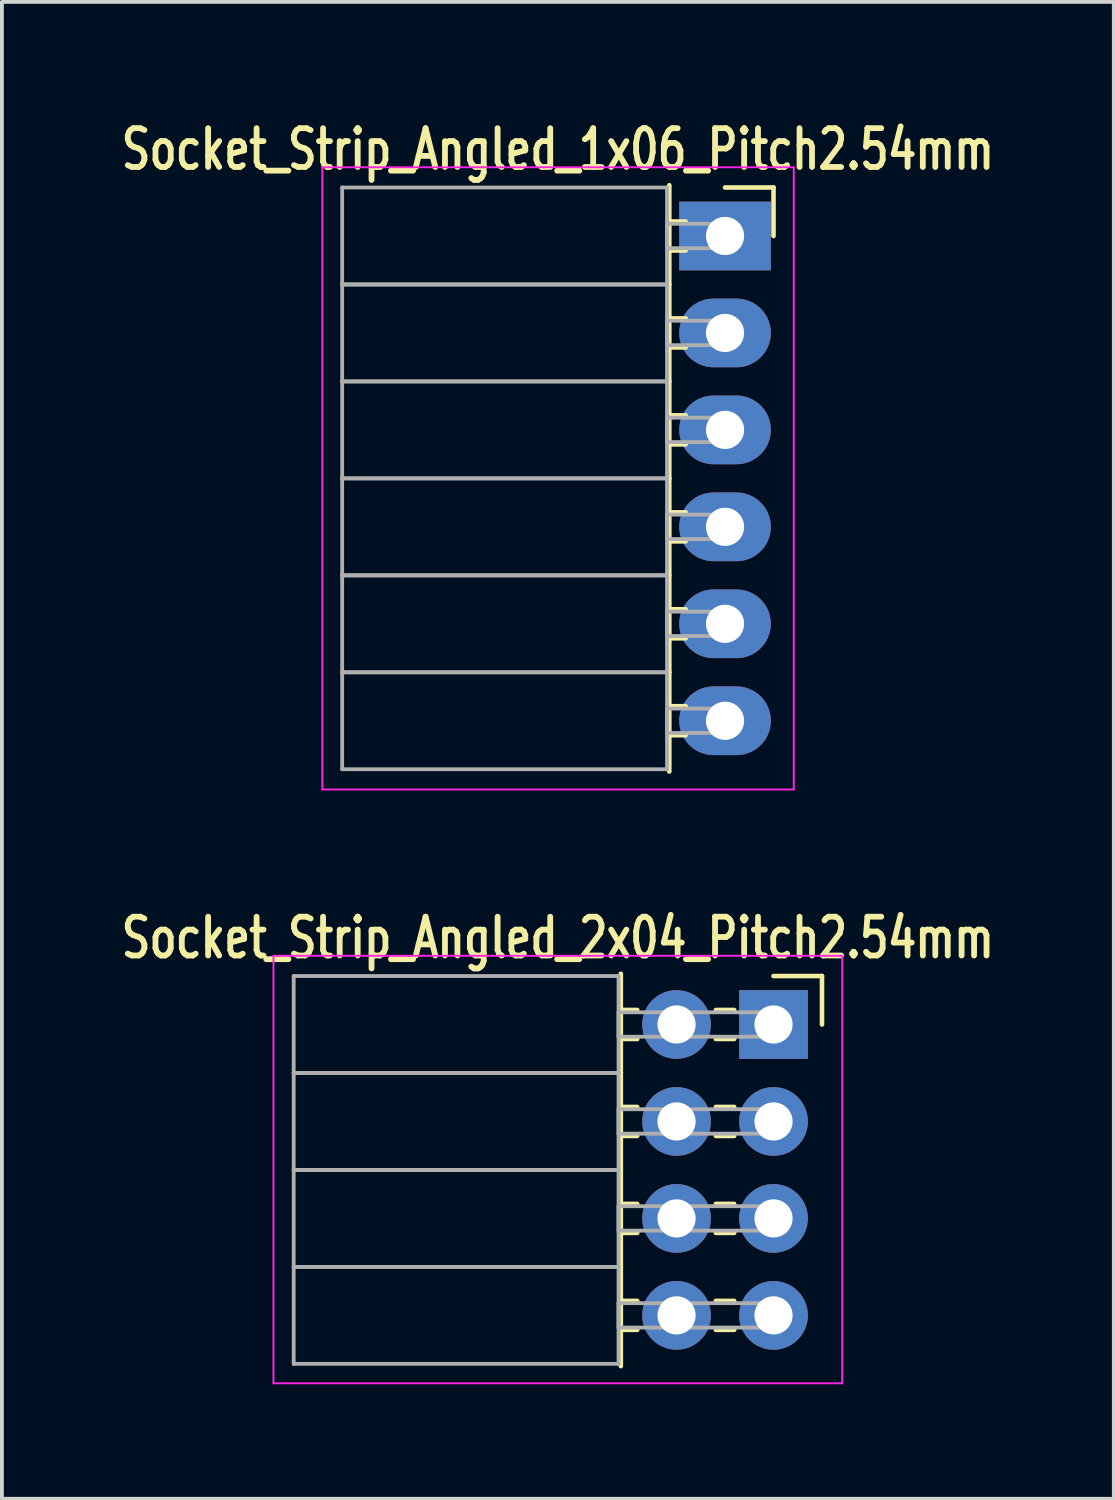
<source format=kicad_pcb>
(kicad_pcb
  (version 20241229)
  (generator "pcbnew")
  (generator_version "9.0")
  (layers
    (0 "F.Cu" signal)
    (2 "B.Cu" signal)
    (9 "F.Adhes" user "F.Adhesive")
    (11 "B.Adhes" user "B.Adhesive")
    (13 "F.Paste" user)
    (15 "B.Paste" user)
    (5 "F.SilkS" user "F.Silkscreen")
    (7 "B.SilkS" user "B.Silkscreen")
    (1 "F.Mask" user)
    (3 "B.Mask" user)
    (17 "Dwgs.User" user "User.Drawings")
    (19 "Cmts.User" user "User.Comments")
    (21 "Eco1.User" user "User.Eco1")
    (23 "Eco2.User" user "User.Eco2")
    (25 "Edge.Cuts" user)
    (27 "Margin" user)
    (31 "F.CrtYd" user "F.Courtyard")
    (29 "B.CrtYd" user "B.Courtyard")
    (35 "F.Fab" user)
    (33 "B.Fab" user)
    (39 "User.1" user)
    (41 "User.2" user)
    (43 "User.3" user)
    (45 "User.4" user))
  (footprint "Socket_Strip_Angled_1x06_Pitch2.54mm"
    (layer "F.Cu")
    (at 15.944 3.132)
    (property "Reference" "Socket_Strip_Angled_1x06_Pitch2.54mm" (at -4.38 -2.27 0) (layer "F.SilkS") (effects (font (size 1.016 0.762) (thickness 0.152))))
    (attr through_hole)
    (fp_line (start -1.46 -1.33) (end -1.46 1.27) (stroke (width 0.12) (type solid)) (layer "F.SilkS"))
    (fp_line (start -1.46 1.27) (end -1.46 3.81) (stroke (width 0.12) (type solid)) (layer "F.SilkS"))
    (fp_line (start -1.46 3.81) (end -1.46 6.35) (stroke (width 0.12) (type solid)) (layer "F.SilkS"))
    (fp_line (start -1.46 6.35) (end -1.46 8.89) (stroke (width 0.12) (type solid)) (layer "F.SilkS"))
    (fp_line (start -1.46 8.89) (end -1.46 11.43) (stroke (width 0.12) (type solid)) (layer "F.SilkS"))
    (fp_line (start -1.46 11.43) (end -1.46 14.03) (stroke (width 0.12) (type solid)) (layer "F.SilkS"))
    (fp_line (start -1.03 -0.38) (end -1.46 -0.38) (stroke (width 0.12) (type solid)) (layer "F.SilkS"))
    (fp_line (start -1.03 0.38) (end -1.46 0.38) (stroke (width 0.12) (type solid)) (layer "F.SilkS"))
    (fp_line (start -1.03 2.16) (end -1.46 2.16) (stroke (width 0.12) (type solid)) (layer "F.SilkS"))
    (fp_line (start -1.03 2.92) (end -1.46 2.92) (stroke (width 0.12) (type solid)) (layer "F.SilkS"))
    (fp_line (start -1.03 4.7) (end -1.46 4.7) (stroke (width 0.12) (type solid)) (layer "F.SilkS"))
    (fp_line (start -1.03 5.46) (end -1.46 5.46) (stroke (width 0.12) (type solid)) (layer "F.SilkS"))
    (fp_line (start -1.03 7.24) (end -1.46 7.24) (stroke (width 0.12) (type solid)) (layer "F.SilkS"))
    (fp_line (start -1.03 8) (end -1.46 8) (stroke (width 0.12) (type solid)) (layer "F.SilkS"))
    (fp_line (start -1.03 9.78) (end -1.46 9.78) (stroke (width 0.12) (type solid)) (layer "F.SilkS"))
    (fp_line (start -1.03 10.54) (end -1.46 10.54) (stroke (width 0.12) (type solid)) (layer "F.SilkS"))
    (fp_line (start -1.03 12.32) (end -1.46 12.32) (stroke (width 0.12) (type solid)) (layer "F.SilkS"))
    (fp_line (start -1.03 13.08) (end -1.46 13.08) (stroke (width 0.12) (type solid)) (layer "F.SilkS"))
    (fp_line (start 0 -1.27) (end 1.27 -1.27) (stroke (width 0.12) (type solid)) (layer "F.SilkS"))
    (fp_line (start 1.27 -1.27) (end 1.27 0) (stroke (width 0.12) (type solid)) (layer "F.SilkS"))
    (fp_line (start -10.55 -1.8) (end 1.8 -1.8) (stroke (width 0.05) (type solid)) (layer "F.CrtYd"))
    (fp_line (start -10.55 14.5) (end -10.55 -1.8) (stroke (width 0.05) (type solid)) (layer "F.CrtYd"))
    (fp_line (start 1.8 -1.8) (end 1.8 14.5) (stroke (width 0.05) (type solid)) (layer "F.CrtYd"))
    (fp_line (start 1.8 14.5) (end -10.55 14.5) (stroke (width 0.05) (type solid)) (layer "F.CrtYd"))
    (fp_line (start -10.03 -1.27) (end -1.52 -1.27) (stroke (width 0.1) (type solid)) (layer "F.Fab"))
    (fp_line (start -10.03 1.27) (end -10.03 -1.27) (stroke (width 0.1) (type solid)) (layer "F.Fab"))
    (fp_line (start -10.03 1.27) (end -1.52 1.27) (stroke (width 0.1) (type solid)) (layer "F.Fab"))
    (fp_line (start -10.03 3.81) (end -10.03 1.27) (stroke (width 0.1) (type solid)) (layer "F.Fab"))
    (fp_line (start -10.03 3.81) (end -1.52 3.81) (stroke (width 0.1) (type solid)) (layer "F.Fab"))
    (fp_line (start -10.03 6.35) (end -10.03 3.81) (stroke (width 0.1) (type solid)) (layer "F.Fab"))
    (fp_line (start -10.03 6.35) (end -1.52 6.35) (stroke (width 0.1) (type solid)) (layer "F.Fab"))
    (fp_line (start -10.03 8.89) (end -10.03 6.35) (stroke (width 0.1) (type solid)) (layer "F.Fab"))
    (fp_line (start -10.03 8.89) (end -1.52 8.89) (stroke (width 0.1) (type solid)) (layer "F.Fab"))
    (fp_line (start -10.03 11.43) (end -10.03 8.89) (stroke (width 0.1) (type solid)) (layer "F.Fab"))
    (fp_line (start -10.03 11.43) (end -1.52 11.43) (stroke (width 0.1) (type solid)) (layer "F.Fab"))
    (fp_line (start -10.03 13.97) (end -10.03 11.43) (stroke (width 0.1) (type solid)) (layer "F.Fab"))
    (fp_line (start -1.52 -1.27) (end -1.52 1.27) (stroke (width 0.1) (type solid)) (layer "F.Fab"))
    (fp_line (start -1.52 -0.32) (end 0 -0.32) (stroke (width 0.1) (type solid)) (layer "F.Fab"))
    (fp_line (start -1.52 0.32) (end -1.52 -0.32) (stroke (width 0.1) (type solid)) (layer "F.Fab"))
    (fp_line (start -1.52 1.27) (end -10.03 1.27) (stroke (width 0.1) (type solid)) (layer "F.Fab"))
    (fp_line (start -1.52 1.27) (end -1.52 3.81) (stroke (width 0.1) (type solid)) (layer "F.Fab"))
    (fp_line (start -1.52 2.22) (end 0 2.22) (stroke (width 0.1) (type solid)) (layer "F.Fab"))
    (fp_line (start -1.52 2.86) (end -1.52 2.22) (stroke (width 0.1) (type solid)) (layer "F.Fab"))
    (fp_line (start -1.52 3.81) (end -10.03 3.81) (stroke (width 0.1) (type solid)) (layer "F.Fab"))
    (fp_line (start -1.52 3.81) (end -1.52 6.35) (stroke (width 0.1) (type solid)) (layer "F.Fab"))
    (fp_line (start -1.52 4.76) (end 0 4.76) (stroke (width 0.1) (type solid)) (layer "F.Fab"))
    (fp_line (start -1.52 5.4) (end -1.52 4.76) (stroke (width 0.1) (type solid)) (layer "F.Fab"))
    (fp_line (start -1.52 6.35) (end -10.03 6.35) (stroke (width 0.1) (type solid)) (layer "F.Fab"))
    (fp_line (start -1.52 6.35) (end -1.52 8.89) (stroke (width 0.1) (type solid)) (layer "F.Fab"))
    (fp_line (start -1.52 7.3) (end 0 7.3) (stroke (width 0.1) (type solid)) (layer "F.Fab"))
    (fp_line (start -1.52 7.94) (end -1.52 7.3) (stroke (width 0.1) (type solid)) (layer "F.Fab"))
    (fp_line (start -1.52 8.89) (end -10.03 8.89) (stroke (width 0.1) (type solid)) (layer "F.Fab"))
    (fp_line (start -1.52 8.89) (end -1.52 11.43) (stroke (width 0.1) (type solid)) (layer "F.Fab"))
    (fp_line (start -1.52 9.84) (end 0 9.84) (stroke (width 0.1) (type solid)) (layer "F.Fab"))
    (fp_line (start -1.52 10.48) (end -1.52 9.84) (stroke (width 0.1) (type solid)) (layer "F.Fab"))
    (fp_line (start -1.52 11.43) (end -10.03 11.43) (stroke (width 0.1) (type solid)) (layer "F.Fab"))
    (fp_line (start -1.52 11.43) (end -1.52 13.97) (stroke (width 0.1) (type solid)) (layer "F.Fab"))
    (fp_line (start -1.52 12.38) (end 0 12.38) (stroke (width 0.1) (type solid)) (layer "F.Fab"))
    (fp_line (start -1.52 13.02) (end -1.52 12.38) (stroke (width 0.1) (type solid)) (layer "F.Fab"))
    (fp_line (start -1.52 13.97) (end -10.03 13.97) (stroke (width 0.1) (type solid)) (layer "F.Fab"))
    (fp_line (start 0 -0.32) (end 0 0.32) (stroke (width 0.1) (type solid)) (layer "F.Fab"))
    (fp_line (start 0 0.32) (end -1.52 0.32) (stroke (width 0.1) (type solid)) (layer "F.Fab"))
    (fp_line (start 0 2.22) (end 0 2.86) (stroke (width 0.1) (type solid)) (layer "F.Fab"))
    (fp_line (start 0 2.86) (end -1.52 2.86) (stroke (width 0.1) (type solid)) (layer "F.Fab"))
    (fp_line (start 0 4.76) (end 0 5.4) (stroke (width 0.1) (type solid)) (layer "F.Fab"))
    (fp_line (start 0 5.4) (end -1.52 5.4) (stroke (width 0.1) (type solid)) (layer "F.Fab"))
    (fp_line (start 0 7.3) (end 0 7.94) (stroke (width 0.1) (type solid)) (layer "F.Fab"))
    (fp_line (start 0 7.94) (end -1.52 7.94) (stroke (width 0.1) (type solid)) (layer "F.Fab"))
    (fp_line (start 0 9.84) (end 0 10.48) (stroke (width 0.1) (type solid)) (layer "F.Fab"))
    (fp_line (start 0 10.48) (end -1.52 10.48) (stroke (width 0.1) (type solid)) (layer "F.Fab"))
    (fp_line (start 0 12.38) (end 0 13.02) (stroke (width 0.1) (type solid)) (layer "F.Fab"))
    (fp_line (start 0 13.02) (end -1.52 13.02) (stroke (width 0.1) (type solid)) (layer "F.Fab"))
    (pad "1" thru_hole rect (at 0 0) (size 2.4 1.8) (drill 1) (layers "*.Cu" "*.Mask"))
    (pad "2" thru_hole oval (at 0 2.54) (size 2.4 1.8) (drill 1) (layers "*.Cu" "*.Mask"))
    (pad "3" thru_hole oval (at 0 5.08) (size 2.4 1.8) (drill 1) (layers "*.Cu" "*.Mask"))
    (pad "4" thru_hole oval (at 0 7.62) (size 2.4 1.8) (drill 1) (layers "*.Cu" "*.Mask"))
    (pad "5" thru_hole oval (at 0 10.16) (size 2.4 1.8) (drill 1) (layers "*.Cu" "*.Mask"))
    (pad "6" thru_hole oval (at 0 12.7) (size 2.4 1.8) (drill 1) (layers "*.Cu" "*.Mask")))
  (footprint "Socket_Strip_Angled_2x04_Pitch2.54mm"
    (layer "F.Cu")
    (at 17.214 23.789)
    (property "Reference" "Socket_Strip_Angled_2x04_Pitch2.54mm" (at -5.65 -2.27 0) (layer "F.SilkS") (effects (font (size 1.016 0.762) (thickness 0.152))))
    (attr through_hole)
    (fp_line (start -4 -1.33) (end -4 1.27) (stroke (width 0.12) (type solid)) (layer "F.SilkS"))
    (fp_line (start -4 1.27) (end -4 3.81) (stroke (width 0.12) (type solid)) (layer "F.SilkS"))
    (fp_line (start -4 3.81) (end -4 6.35) (stroke (width 0.12) (type solid)) (layer "F.SilkS"))
    (fp_line (start -4 6.35) (end -4 8.95) (stroke (width 0.12) (type solid)) (layer "F.SilkS"))
    (fp_line (start -3.57 -0.38) (end -4 -0.38) (stroke (width 0.12) (type solid)) (layer "F.SilkS"))
    (fp_line (start -3.57 0.38) (end -4 0.38) (stroke (width 0.12) (type solid)) (layer "F.SilkS"))
    (fp_line (start -3.57 2.16) (end -4 2.16) (stroke (width 0.12) (type solid)) (layer "F.SilkS"))
    (fp_line (start -3.57 2.92) (end -4 2.92) (stroke (width 0.12) (type solid)) (layer "F.SilkS"))
    (fp_line (start -3.57 4.7) (end -4 4.7) (stroke (width 0.12) (type solid)) (layer "F.SilkS"))
    (fp_line (start -3.57 5.46) (end -4 5.46) (stroke (width 0.12) (type solid)) (layer "F.SilkS"))
    (fp_line (start -3.57 7.24) (end -4 7.24) (stroke (width 0.12) (type solid)) (layer "F.SilkS"))
    (fp_line (start -3.57 8) (end -4 8) (stroke (width 0.12) (type solid)) (layer "F.SilkS"))
    (fp_line (start -1.03 -0.38) (end -1.51 -0.38) (stroke (width 0.12) (type solid)) (layer "F.SilkS"))
    (fp_line (start -1.03 0.38) (end -1.51 0.38) (stroke (width 0.12) (type solid)) (layer "F.SilkS"))
    (fp_line (start -1.03 2.16) (end -1.51 2.16) (stroke (width 0.12) (type solid)) (layer "F.SilkS"))
    (fp_line (start -1.03 2.92) (end -1.51 2.92) (stroke (width 0.12) (type solid)) (layer "F.SilkS"))
    (fp_line (start -1.03 4.7) (end -1.51 4.7) (stroke (width 0.12) (type solid)) (layer "F.SilkS"))
    (fp_line (start -1.03 5.46) (end -1.51 5.46) (stroke (width 0.12) (type solid)) (layer "F.SilkS"))
    (fp_line (start -1.03 7.24) (end -1.51 7.24) (stroke (width 0.12) (type solid)) (layer "F.SilkS"))
    (fp_line (start -1.03 8) (end -1.51 8) (stroke (width 0.12) (type solid)) (layer "F.SilkS"))
    (fp_line (start 0 -1.27) (end 1.27 -1.27) (stroke (width 0.12) (type solid)) (layer "F.SilkS"))
    (fp_line (start 1.27 -1.27) (end 1.27 0) (stroke (width 0.12) (type solid)) (layer "F.SilkS"))
    (fp_line (start -13.1 -1.8) (end 1.8 -1.8) (stroke (width 0.05) (type solid)) (layer "F.CrtYd"))
    (fp_line (start -13.1 9.4) (end -13.1 -1.8) (stroke (width 0.05) (type solid)) (layer "F.CrtYd"))
    (fp_line (start 1.8 -1.8) (end 1.8 9.4) (stroke (width 0.05) (type solid)) (layer "F.CrtYd"))
    (fp_line (start 1.8 9.4) (end -13.1 9.4) (stroke (width 0.05) (type solid)) (layer "F.CrtYd"))
    (fp_line (start -12.57 -1.27) (end -4.06 -1.27) (stroke (width 0.1) (type solid)) (layer "F.Fab"))
    (fp_line (start -12.57 1.27) (end -12.57 -1.27) (stroke (width 0.1) (type solid)) (layer "F.Fab"))
    (fp_line (start -12.57 1.27) (end -4.06 1.27) (stroke (width 0.1) (type solid)) (layer "F.Fab"))
    (fp_line (start -12.57 3.81) (end -12.57 1.27) (stroke (width 0.1) (type solid)) (layer "F.Fab"))
    (fp_line (start -12.57 3.81) (end -4.06 3.81) (stroke (width 0.1) (type solid)) (layer "F.Fab"))
    (fp_line (start -12.57 6.35) (end -12.57 3.81) (stroke (width 0.1) (type solid)) (layer "F.Fab"))
    (fp_line (start -12.57 6.35) (end -4.06 6.35) (stroke (width 0.1) (type solid)) (layer "F.Fab"))
    (fp_line (start -12.57 8.89) (end -12.57 6.35) (stroke (width 0.1) (type solid)) (layer "F.Fab"))
    (fp_line (start -4.06 -1.27) (end -4.06 1.27) (stroke (width 0.1) (type solid)) (layer "F.Fab"))
    (fp_line (start -4.06 -0.32) (end 0 -0.32) (stroke (width 0.1) (type solid)) (layer "F.Fab"))
    (fp_line (start -4.06 0.32) (end -4.06 -0.32) (stroke (width 0.1) (type solid)) (layer "F.Fab"))
    (fp_line (start -4.06 1.27) (end -12.57 1.27) (stroke (width 0.1) (type solid)) (layer "F.Fab"))
    (fp_line (start -4.06 1.27) (end -4.06 3.81) (stroke (width 0.1) (type solid)) (layer "F.Fab"))
    (fp_line (start -4.06 2.22) (end 0 2.22) (stroke (width 0.1) (type solid)) (layer "F.Fab"))
    (fp_line (start -4.06 2.86) (end -4.06 2.22) (stroke (width 0.1) (type solid)) (layer "F.Fab"))
    (fp_line (start -4.06 3.81) (end -12.57 3.81) (stroke (width 0.1) (type solid)) (layer "F.Fab"))
    (fp_line (start -4.06 3.81) (end -4.06 6.35) (stroke (width 0.1) (type solid)) (layer "F.Fab"))
    (fp_line (start -4.06 4.76) (end 0 4.76) (stroke (width 0.1) (type solid)) (layer "F.Fab"))
    (fp_line (start -4.06 5.4) (end -4.06 4.76) (stroke (width 0.1) (type solid)) (layer "F.Fab"))
    (fp_line (start -4.06 6.35) (end -12.57 6.35) (stroke (width 0.1) (type solid)) (layer "F.Fab"))
    (fp_line (start -4.06 6.35) (end -4.06 8.89) (stroke (width 0.1) (type solid)) (layer "F.Fab"))
    (fp_line (start -4.06 7.3) (end 0 7.3) (stroke (width 0.1) (type solid)) (layer "F.Fab"))
    (fp_line (start -4.06 7.94) (end -4.06 7.3) (stroke (width 0.1) (type solid)) (layer "F.Fab"))
    (fp_line (start -4.06 8.89) (end -12.57 8.89) (stroke (width 0.1) (type solid)) (layer "F.Fab"))
    (fp_line (start 0 -0.32) (end 0 0.32) (stroke (width 0.1) (type solid)) (layer "F.Fab"))
    (fp_line (start 0 0.32) (end -4.06 0.32) (stroke (width 0.1) (type solid)) (layer "F.Fab"))
    (fp_line (start 0 2.22) (end 0 2.86) (stroke (width 0.1) (type solid)) (layer "F.Fab"))
    (fp_line (start 0 2.86) (end -4.06 2.86) (stroke (width 0.1) (type solid)) (layer "F.Fab"))
    (fp_line (start 0 4.76) (end 0 5.4) (stroke (width 0.1) (type solid)) (layer "F.Fab"))
    (fp_line (start 0 5.4) (end -4.06 5.4) (stroke (width 0.1) (type solid)) (layer "F.Fab"))
    (fp_line (start 0 7.3) (end 0 7.94) (stroke (width 0.1) (type solid)) (layer "F.Fab"))
    (fp_line (start 0 7.94) (end -4.06 7.94) (stroke (width 0.1) (type solid)) (layer "F.Fab"))
    (pad "1" thru_hole rect (at 0 0) (size 1.8 1.8) (drill 1) (layers "*.Cu" "*.Mask"))
    (pad "2" thru_hole oval (at -2.54 0) (size 1.8 1.8) (drill 1) (layers "*.Cu" "*.Mask"))
    (pad "3" thru_hole oval (at 0 2.54) (size 1.8 1.8) (drill 1) (layers "*.Cu" "*.Mask"))
    (pad "4" thru_hole oval (at -2.54 2.54) (size 1.8 1.8) (drill 1) (layers "*.Cu" "*.Mask"))
    (pad "5" thru_hole oval (at 0 5.08) (size 1.8 1.8) (drill 1) (layers "*.Cu" "*.Mask"))
    (pad "6" thru_hole oval (at -2.54 5.08) (size 1.8 1.8) (drill 1) (layers "*.Cu" "*.Mask"))
    (pad "7" thru_hole oval (at 0 7.62) (size 1.8 1.8) (drill 1) (layers "*.Cu" "*.Mask"))
    (pad "8" thru_hole oval (at -2.54 7.62) (size 1.8 1.8) (drill 1) (layers "*.Cu" "*.Mask")))
  (gr_rect
    (start -3 -3)
    (end 26.129 36.214)
    (stroke (width 0.1) (type default))
    (fill no)
    (layer "Edge.Cuts")))
</source>
